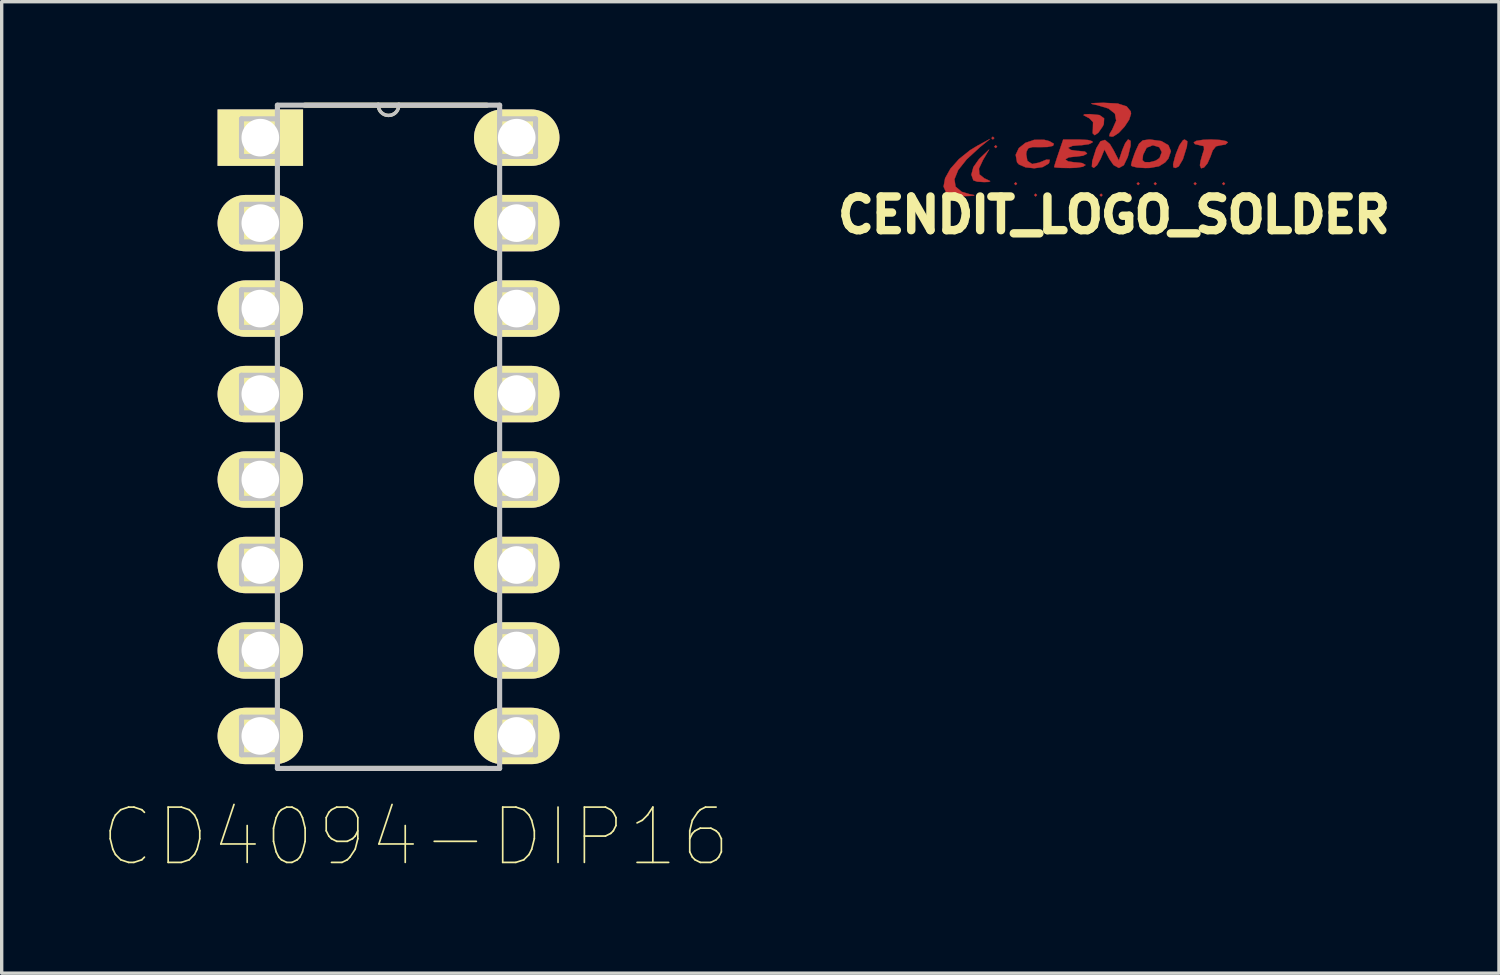
<source format=kicad_pcb>
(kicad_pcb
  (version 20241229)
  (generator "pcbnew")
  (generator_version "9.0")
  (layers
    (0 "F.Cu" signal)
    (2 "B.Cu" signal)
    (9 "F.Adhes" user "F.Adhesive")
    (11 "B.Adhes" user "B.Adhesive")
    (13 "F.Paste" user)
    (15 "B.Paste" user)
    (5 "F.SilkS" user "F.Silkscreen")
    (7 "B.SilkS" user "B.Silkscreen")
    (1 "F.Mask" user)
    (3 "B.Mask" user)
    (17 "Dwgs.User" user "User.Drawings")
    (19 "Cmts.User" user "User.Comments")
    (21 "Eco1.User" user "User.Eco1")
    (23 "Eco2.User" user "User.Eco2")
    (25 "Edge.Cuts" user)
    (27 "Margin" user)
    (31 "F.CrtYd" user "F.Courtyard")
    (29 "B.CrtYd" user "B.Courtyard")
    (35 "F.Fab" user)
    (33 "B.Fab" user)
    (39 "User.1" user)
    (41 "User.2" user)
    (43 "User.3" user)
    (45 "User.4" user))
  (footprint "CD4094-DIP16"
    (layer "F.Cu")
    (at 12.306 18.821)
    (property "Reference" "CD4094-DIP16" (at -3 3 0) (layer "F.SilkS") (effects (font (size 1.644 1.644) (thickness 0.05))))
    (attr through_hole)
    (fp_line (start -6.731 0.965) (end -0.889 0.965) (stroke (width 0.152) (type solid)) (layer "F.SilkS"))
    (fp_line (start -4.115 -18.745) (end -6.299 -18.745) (stroke (width 0.152) (type solid)) (layer "F.SilkS"))
    (fp_line (start -3.505 -18.745) (end -4.115 -18.745) (stroke (width 0.152) (type solid)) (layer "F.SilkS"))
    (fp_line (start -0.889 -18.745) (end -3.505 -18.745) (stroke (width 0.152) (type solid)) (layer "F.SilkS"))
    (fp_arc (start -3.5052 -18.7452) (mid -3.81 -18.4404) (end -4.1148 -18.7452) (stroke (width 0.1) (type solid)) (layer "F.SilkS"))
    (fp_line (start -8.179 -18.339) (end -8.179 -17.221) (stroke (width 0.152) (type solid)) (layer "Dwgs.User"))
    (fp_line (start -8.179 -17.221) (end -7.112 -17.221) (stroke (width 0.152) (type solid)) (layer "Dwgs.User"))
    (fp_line (start -8.179 -15.799) (end -8.179 -14.681) (stroke (width 0.152) (type solid)) (layer "Dwgs.User"))
    (fp_line (start -8.179 -14.681) (end -7.112 -14.681) (stroke (width 0.152) (type solid)) (layer "Dwgs.User"))
    (fp_line (start -8.179 -13.259) (end -8.179 -12.141) (stroke (width 0.152) (type solid)) (layer "Dwgs.User"))
    (fp_line (start -8.179 -12.141) (end -7.112 -12.141) (stroke (width 0.152) (type solid)) (layer "Dwgs.User"))
    (fp_line (start -8.179 -10.719) (end -8.179 -9.601) (stroke (width 0.152) (type solid)) (layer "Dwgs.User"))
    (fp_line (start -8.179 -9.601) (end -7.112 -9.601) (stroke (width 0.152) (type solid)) (layer "Dwgs.User"))
    (fp_line (start -8.179 -8.179) (end -8.179 -7.061) (stroke (width 0.152) (type solid)) (layer "Dwgs.User"))
    (fp_line (start -8.179 -7.061) (end -7.112 -7.061) (stroke (width 0.152) (type solid)) (layer "Dwgs.User"))
    (fp_line (start -8.179 -5.639) (end -8.179 -4.521) (stroke (width 0.152) (type solid)) (layer "Dwgs.User"))
    (fp_line (start -8.179 -4.521) (end -7.112 -4.521) (stroke (width 0.152) (type solid)) (layer "Dwgs.User"))
    (fp_line (start -8.179 -3.099) (end -8.179 -1.981) (stroke (width 0.152) (type solid)) (layer "Dwgs.User"))
    (fp_line (start -8.179 -1.981) (end -7.112 -1.981) (stroke (width 0.152) (type solid)) (layer "Dwgs.User"))
    (fp_line (start -8.179 -0.559) (end -8.179 0.559) (stroke (width 0.152) (type solid)) (layer "Dwgs.User"))
    (fp_line (start -8.179 0.559) (end -7.112 0.559) (stroke (width 0.152) (type solid)) (layer "Dwgs.User"))
    (fp_line (start -7.112 -18.745) (end -7.112 0.965) (stroke (width 0.152) (type solid)) (layer "Dwgs.User"))
    (fp_line (start -7.112 -18.339) (end -8.179 -18.339) (stroke (width 0.152) (type solid)) (layer "Dwgs.User"))
    (fp_line (start -7.112 -17.221) (end -7.112 -18.339) (stroke (width 0.152) (type solid)) (layer "Dwgs.User"))
    (fp_line (start -7.112 -15.799) (end -8.179 -15.799) (stroke (width 0.152) (type solid)) (layer "Dwgs.User"))
    (fp_line (start -7.112 -14.681) (end -7.112 -15.799) (stroke (width 0.152) (type solid)) (layer "Dwgs.User"))
    (fp_line (start -7.112 -13.259) (end -8.179 -13.259) (stroke (width 0.152) (type solid)) (layer "Dwgs.User"))
    (fp_line (start -7.112 -12.141) (end -7.112 -13.259) (stroke (width 0.152) (type solid)) (layer "Dwgs.User"))
    (fp_line (start -7.112 -10.719) (end -8.179 -10.719) (stroke (width 0.152) (type solid)) (layer "Dwgs.User"))
    (fp_line (start -7.112 -9.601) (end -7.112 -10.719) (stroke (width 0.152) (type solid)) (layer "Dwgs.User"))
    (fp_line (start -7.112 -8.179) (end -8.179 -8.179) (stroke (width 0.152) (type solid)) (layer "Dwgs.User"))
    (fp_line (start -7.112 -7.061) (end -7.112 -8.179) (stroke (width 0.152) (type solid)) (layer "Dwgs.User"))
    (fp_line (start -7.112 -5.639) (end -8.179 -5.639) (stroke (width 0.152) (type solid)) (layer "Dwgs.User"))
    (fp_line (start -7.112 -4.521) (end -7.112 -5.639) (stroke (width 0.152) (type solid)) (layer "Dwgs.User"))
    (fp_line (start -7.112 -3.099) (end -8.179 -3.099) (stroke (width 0.152) (type solid)) (layer "Dwgs.User"))
    (fp_line (start -7.112 -1.981) (end -7.112 -3.099) (stroke (width 0.152) (type solid)) (layer "Dwgs.User"))
    (fp_line (start -7.112 -0.559) (end -8.179 -0.559) (stroke (width 0.152) (type solid)) (layer "Dwgs.User"))
    (fp_line (start -7.112 0.559) (end -7.112 -0.559) (stroke (width 0.152) (type solid)) (layer "Dwgs.User"))
    (fp_line (start -7.112 0.965) (end -0.508 0.965) (stroke (width 0.152) (type solid)) (layer "Dwgs.User"))
    (fp_line (start -4.115 -18.745) (end -7.112 -18.745) (stroke (width 0.152) (type solid)) (layer "Dwgs.User"))
    (fp_line (start -3.505 -18.745) (end -4.115 -18.745) (stroke (width 0.152) (type solid)) (layer "Dwgs.User"))
    (fp_line (start -0.508 -18.745) (end -3.505 -18.745) (stroke (width 0.152) (type solid)) (layer "Dwgs.User"))
    (fp_line (start -0.508 -18.339) (end -0.508 -17.221) (stroke (width 0.152) (type solid)) (layer "Dwgs.User"))
    (fp_line (start -0.508 -17.221) (end 0.559 -17.221) (stroke (width 0.152) (type solid)) (layer "Dwgs.User"))
    (fp_line (start -0.508 -15.799) (end -0.508 -14.681) (stroke (width 0.152) (type solid)) (layer "Dwgs.User"))
    (fp_line (start -0.508 -14.681) (end 0.559 -14.681) (stroke (width 0.152) (type solid)) (layer "Dwgs.User"))
    (fp_line (start -0.508 -13.259) (end -0.508 -12.141) (stroke (width 0.152) (type solid)) (layer "Dwgs.User"))
    (fp_line (start -0.508 -12.141) (end 0.559 -12.141) (stroke (width 0.152) (type solid)) (layer "Dwgs.User"))
    (fp_line (start -0.508 -10.719) (end -0.508 -9.601) (stroke (width 0.152) (type solid)) (layer "Dwgs.User"))
    (fp_line (start -0.508 -9.601) (end 0.559 -9.601) (stroke (width 0.152) (type solid)) (layer "Dwgs.User"))
    (fp_line (start -0.508 -8.179) (end -0.508 -7.061) (stroke (width 0.152) (type solid)) (layer "Dwgs.User"))
    (fp_line (start -0.508 -7.061) (end 0.559 -7.061) (stroke (width 0.152) (type solid)) (layer "Dwgs.User"))
    (fp_line (start -0.508 -5.639) (end -0.508 -4.521) (stroke (width 0.152) (type solid)) (layer "Dwgs.User"))
    (fp_line (start -0.508 -4.521) (end 0.559 -4.521) (stroke (width 0.152) (type solid)) (layer "Dwgs.User"))
    (fp_line (start -0.508 -3.099) (end -0.508 -1.981) (stroke (width 0.152) (type solid)) (layer "Dwgs.User"))
    (fp_line (start -0.508 -1.981) (end 0.559 -1.981) (stroke (width 0.152) (type solid)) (layer "Dwgs.User"))
    (fp_line (start -0.508 -0.559) (end -0.508 0.559) (stroke (width 0.152) (type solid)) (layer "Dwgs.User"))
    (fp_line (start -0.508 0.559) (end 0.559 0.559) (stroke (width 0.152) (type solid)) (layer "Dwgs.User"))
    (fp_line (start -0.508 0.965) (end -0.508 -18.745) (stroke (width 0.152) (type solid)) (layer "Dwgs.User"))
    (fp_line (start 0.559 -18.339) (end -0.508 -18.339) (stroke (width 0.152) (type solid)) (layer "Dwgs.User"))
    (fp_line (start 0.559 -17.221) (end 0.559 -18.339) (stroke (width 0.152) (type solid)) (layer "Dwgs.User"))
    (fp_line (start 0.559 -15.799) (end -0.508 -15.799) (stroke (width 0.152) (type solid)) (layer "Dwgs.User"))
    (fp_line (start 0.559 -14.681) (end 0.559 -15.799) (stroke (width 0.152) (type solid)) (layer "Dwgs.User"))
    (fp_line (start 0.559 -13.259) (end -0.508 -13.259) (stroke (width 0.152) (type solid)) (layer "Dwgs.User"))
    (fp_line (start 0.559 -12.141) (end 0.559 -13.259) (stroke (width 0.152) (type solid)) (layer "Dwgs.User"))
    (fp_line (start 0.559 -10.719) (end -0.508 -10.719) (stroke (width 0.152) (type solid)) (layer "Dwgs.User"))
    (fp_line (start 0.559 -9.601) (end 0.559 -10.719) (stroke (width 0.152) (type solid)) (layer "Dwgs.User"))
    (fp_line (start 0.559 -8.179) (end -0.508 -8.179) (stroke (width 0.152) (type solid)) (layer "Dwgs.User"))
    (fp_line (start 0.559 -7.061) (end 0.559 -8.179) (stroke (width 0.152) (type solid)) (layer "Dwgs.User"))
    (fp_line (start 0.559 -5.639) (end -0.508 -5.639) (stroke (width 0.152) (type solid)) (layer "Dwgs.User"))
    (fp_line (start 0.559 -4.521) (end 0.559 -5.639) (stroke (width 0.152) (type solid)) (layer "Dwgs.User"))
    (fp_line (start 0.559 -3.099) (end -0.508 -3.099) (stroke (width 0.152) (type solid)) (layer "Dwgs.User"))
    (fp_line (start 0.559 -1.981) (end 0.559 -3.099) (stroke (width 0.152) (type solid)) (layer "Dwgs.User"))
    (fp_line (start 0.559 -0.559) (end -0.508 -0.559) (stroke (width 0.152) (type solid)) (layer "Dwgs.User"))
    (fp_line (start 0.559 0.559) (end 0.559 -0.559) (stroke (width 0.152) (type solid)) (layer "Dwgs.User"))
    (fp_arc (start -3.5052 -18.7452) (mid -3.81 -18.4404) (end -4.1148 -18.7452) (stroke (width 0.1) (type solid)) (layer "Dwgs.User"))
    (pad "1" thru_hole rect (at -7.62 -17.78) (size 2.54 1.676) (drill 1.118) (layers "*.Cu" "*.Mask" "F.SilkS"))
    (pad "2" thru_hole oval (at -7.62 -15.24) (size 2.54 1.676) (drill 1.118) (layers "*.Cu" "*.Mask" "F.SilkS"))
    (pad "3" thru_hole oval (at -7.62 -12.7) (size 2.54 1.676) (drill 1.118) (layers "*.Cu" "*.Mask" "F.SilkS"))
    (pad "4" thru_hole oval (at -7.62 -10.16) (size 2.54 1.676) (drill 1.118) (layers "*.Cu" "*.Mask" "F.SilkS"))
    (pad "5" thru_hole oval (at -7.62 -7.62) (size 2.54 1.676) (drill 1.118) (layers "*.Cu" "*.Mask" "F.SilkS"))
    (pad "6" thru_hole oval (at -7.62 -5.08) (size 2.54 1.676) (drill 1.118) (layers "*.Cu" "*.Mask" "F.SilkS"))
    (pad "7" thru_hole oval (at -7.62 -2.54) (size 2.54 1.676) (drill 1.118) (layers "*.Cu" "*.Mask" "F.SilkS"))
    (pad "8" thru_hole oval (at -7.62 0) (size 2.54 1.676) (drill 1.118) (layers "*.Cu" "*.Mask" "F.SilkS"))
    (pad "9" thru_hole oval (at 0 0) (size 2.54 1.676) (drill 1.118) (layers "*.Cu" "*.Mask" "F.SilkS"))
    (pad "10" thru_hole oval (at 0 -2.54) (size 2.54 1.676) (drill 1.118) (layers "*.Cu" "*.Mask" "F.SilkS"))
    (pad "11" thru_hole oval (at 0 -5.08) (size 2.54 1.676) (drill 1.118) (layers "*.Cu" "*.Mask" "F.SilkS"))
    (pad "12" thru_hole oval (at 0 -7.62) (size 2.54 1.676) (drill 1.118) (layers "*.Cu" "*.Mask" "F.SilkS"))
    (pad "13" thru_hole oval (at 0 -10.16) (size 2.54 1.676) (drill 1.118) (layers "*.Cu" "*.Mask" "F.SilkS"))
    (pad "14" thru_hole oval (at 0 -12.7) (size 2.54 1.676) (drill 1.118) (layers "*.Cu" "*.Mask" "F.SilkS"))
    (pad "15" thru_hole oval (at 0 -15.24) (size 2.54 1.676) (drill 1.118) (layers "*.Cu" "*.Mask" "F.SilkS"))
    (pad "16" thru_hole oval (at 0 -17.78) (size 2.54 1.676) (drill 1.118) (layers "*.Cu" "*.Mask" "F.SilkS")))
  (footprint "CENDIT_LOGO_SOLDER"
    (layer "F.Cu")
    (at 30.054 1.435)
    (property "Reference" "CENDIT_LOGO_SOLDER" (at 0 1.905 0) (layer "F.SilkS") (effects (font (size 1 1) (thickness 0.25))))
    (attr through_hole)
    (fp_poly (pts (xy -3.556 -0.381) (xy -3.598 -0.339) (xy -3.641 -0.381) (xy -3.598 -0.423) (xy -3.556 -0.381)) (stroke (width 0.01) (type solid)) (fill yes) (layer "F.Cu"))
    (fp_poly (pts (xy -3.471 -0.127) (xy -3.514 -0.085) (xy -3.556 -0.127) (xy -3.514 -0.169) (xy -3.471 -0.127)) (stroke (width 0.01) (type solid)) (fill yes) (layer "F.Cu"))
    (fp_poly (pts (xy -2.879 0.974) (xy -2.921 1.016) (xy -2.963 0.974) (xy -2.921 0.931) (xy -2.879 0.974)) (stroke (width 0.01) (type solid)) (fill yes) (layer "F.Cu"))
    (fp_poly (pts (xy -2.286 1.312) (xy -2.328 1.355) (xy -2.371 1.312) (xy -2.328 1.27) (xy -2.286 1.312)) (stroke (width 0.01) (type solid)) (fill yes) (layer "F.Cu"))
    (fp_poly (pts (xy -0.339 1.312) (xy -0.381 1.355) (xy -0.423 1.312) (xy -0.381 1.27) (xy -0.339 1.312)) (stroke (width 0.01) (type solid)) (fill yes) (layer "F.Cu"))
    (fp_poly (pts (xy 0.508 1.312) (xy 0.466 1.355) (xy 0.423 1.312) (xy 0.466 1.27) (xy 0.508 1.312)) (stroke (width 0.01) (type solid)) (fill yes) (layer "F.Cu"))
    (fp_poly (pts (xy 0.762 0.974) (xy 0.72 1.016) (xy 0.677 0.974) (xy 0.72 0.931) (xy 0.762 0.974)) (stroke (width 0.01) (type solid)) (fill yes) (layer "F.Cu"))
    (fp_poly (pts (xy 1.27 0.974) (xy 1.228 1.016) (xy 1.185 0.974) (xy 1.228 0.931) (xy 1.27 0.974)) (stroke (width 0.01) (type solid)) (fill yes) (layer "F.Cu"))
    (fp_poly (pts (xy 2.455 0.974) (xy 2.413 1.016) (xy 2.371 0.974) (xy 2.413 0.931) (xy 2.455 0.974)) (stroke (width 0.01) (type solid)) (fill yes) (layer "F.Cu"))
    (fp_poly (pts (xy 3.302 0.974) (xy 3.26 1.016) (xy 3.217 0.974) (xy 3.26 0.931) (xy 3.302 0.974)) (stroke (width 0.01) (type solid)) (fill yes) (layer "F.Cu"))
    (fp_poly (pts (xy 2.181 -0.286) (xy 2.168 -0.131) (xy 2.049 0.249) (xy 1.925 0.46) (xy 1.83 0.508) (xy 1.766 0.485) (xy 1.759 0.392) (xy 1.811 0.192) (xy 1.844 0.085) (xy 1.946 -0.167) (xy 2.051 -0.316) (xy 2.1 -0.339) (xy 2.181 -0.286)) (stroke (width 0.01) (type solid)) (fill yes) (layer "F.Cu"))
    (fp_poly (pts (xy -0.43 -1.066) (xy -0.292 -0.968) (xy -0.302 -0.796) (xy -0.333 -0.73) (xy -0.465 -0.539) (xy -0.573 -0.468) (xy -0.632 -0.524) (xy -0.625 -0.665) (xy -0.621 -0.856) (xy -0.733 -0.972) (xy -0.776 -0.994) (xy -0.904 -1.061) (xy -0.886 -1.087) (xy -0.72 -1.094) (xy -0.43 -1.066)) (stroke (width 0.01) (type solid)) (fill yes) (layer "F.Cu"))
    (fp_poly (pts (xy -3.893 0.272) (xy -4.011 0.525) (xy -4 0.694) (xy -3.854 0.814) (xy -3.78 0.847) (xy -3.675 0.898) (xy -3.712 0.92) (xy -3.859 0.926) (xy -4.061 0.913) (xy -4.177 0.875) (xy -4.237 0.706) (xy -4.177 0.481) (xy -4.01 0.245) (xy -3.971 0.206) (xy -3.709 -0.042) (xy -3.893 0.272)) (stroke (width 0.01) (type solid)) (fill yes) (layer "F.Cu"))
    (fp_poly (pts (xy 0.109 -1.409) (xy 0.377 -1.324) (xy 0.499 -1.175) (xy 0.508 -1.104) (xy 0.452 -0.928) (xy 0.315 -0.721) (xy 0.143 -0.536) (xy -0.017 -0.431) (xy -0.06 -0.423) (xy -0.139 -0.441) (xy -0.119 -0.523) (xy -0.052 -0.632) (xy 0.067 -0.899) (xy 0.03 -1.107) (xy -0.163 -1.261) (xy -0.491 -1.359) (xy -0.648 -1.393) (xy -0.673 -1.412) (xy -0.554 -1.423) (xy -0.312 -1.43) (xy 0.109 -1.409)) (stroke (width 0.01) (type solid)) (fill yes) (layer "F.Cu"))
    (fp_poly (pts (xy -3.979 -0.115) (xy -4.374 0.247) (xy -4.629 0.568) (xy -4.74 0.842) (xy -4.707 1.061) (xy -4.527 1.214) (xy -4.309 1.28) (xy -4.161 1.311) (xy -4.152 1.328) (xy -4.293 1.339) (xy -4.449 1.344) (xy -4.717 1.331) (xy -4.919 1.287) (xy -4.978 1.253) (xy -5.063 1.061) (xy -5.017 0.811) (xy -4.859 0.529) (xy -4.605 0.243) (xy -4.274 -0.023) (xy -4.05 -0.158) (xy -3.683 -0.356) (xy -3.979 -0.115)) (stroke (width 0.01) (type solid)) (fill yes) (layer "F.Cu"))
    (fp_poly (pts (xy 3.149 -0.326) (xy 3.333 -0.292) (xy 3.387 -0.254) (xy 3.314 -0.19) (xy 3.178 -0.169) (xy 3.032 -0.137) (xy 2.934 -0.013) (xy 2.869 0.169) (xy 2.779 0.372) (xy 2.676 0.493) (xy 2.591 0.516) (xy 2.555 0.428) (xy 2.573 0.304) (xy 2.635 0.087) (xy 2.676 -0.034) (xy 2.671 -0.142) (xy 2.549 -0.169) (xy 2.407 -0.203) (xy 2.371 -0.254) (xy 2.448 -0.299) (xy 2.649 -0.33) (xy 2.879 -0.339) (xy 3.149 -0.326)) (stroke (width 0.01) (type solid)) (fill yes) (layer "F.Cu"))
    (fp_poly (pts (xy 0.495 -0.299) (xy 0.496 -0.161) (xy 0.433 0.1) (xy 0.41 0.181) (xy 0.293 0.426) (xy 0.147 0.506) (xy -0.012 0.419) (xy -0.139 0.233) (xy -0.282 -0.042) (xy -0.395 0.233) (xy -0.501 0.424) (xy -0.599 0.504) (xy -0.656 0.466) (xy -0.644 0.3) (xy -0.525 -0.077) (xy -0.4 -0.285) (xy -0.266 -0.327) (xy -0.12 -0.203) (xy -0.014 -0.027) (xy 0.146 0.284) (xy 0.249 -0.027) (xy 0.333 -0.226) (xy 0.413 -0.333) (xy 0.43 -0.339) (xy 0.495 -0.299)) (stroke (width 0.01) (type solid)) (fill yes) (layer "F.Cu"))
    (fp_poly (pts (xy -1.912 -0.287) (xy -1.784 -0.211) (xy -1.811 -0.151) (xy -1.976 -0.117) (xy -2.18 -0.113) (xy -2.424 -0.114) (xy -2.547 -0.078) (xy -2.596 0.017) (xy -2.608 0.095) (xy -2.572 0.298) (xy -2.429 0.389) (xy -2.216 0.346) (xy -2.201 0.338) (xy -2.007 0.259) (xy -1.907 0.265) (xy -1.926 0.353) (xy -1.947 0.381) (xy -2.119 0.48) (xy -2.367 0.515) (xy -2.625 0.488) (xy -2.823 0.402) (xy -2.879 0.339) (xy -2.92 0.117) (xy -2.827 -0.083) (xy -2.632 -0.239) (xy -2.37 -0.329) (xy -2.075 -0.331) (xy -1.912 -0.287)) (stroke (width 0.01) (type solid)) (fill yes) (layer "F.Cu"))
    (fp_poly (pts (xy 1.407 -0.293) (xy 1.618 -0.171) (xy 1.693 0.008) (xy 1.619 0.225) (xy 1.524 0.339) (xy 1.34 0.456) (xy 1.067 0.505) (xy 0.931 0.508) (xy 0.69 0.493) (xy 0.537 0.455) (xy 0.508 0.425) (xy 0.537 0.3) (xy 0.546 0.275) (xy 0.848 0.275) (xy 0.913 0.333) (xy 1.066 0.335) (xy 1.238 0.29) (xy 1.354 0.213) (xy 1.422 0.035) (xy 1.347 -0.11) (xy 1.157 -0.169) (xy 1.156 -0.169) (xy 0.972 -0.095) (xy 0.866 0.114) (xy 0.848 0.275) (xy 0.546 0.275) (xy 0.611 0.087) (xy 0.644 0.002) (xy 0.746 -0.215) (xy 0.858 -0.313) (xy 1.035 -0.338) (xy 1.073 -0.339) (xy 1.407 -0.293)) (stroke (width 0.01) (type solid)) (fill yes) (layer "F.Cu"))
    (fp_poly (pts (xy -0.775 -0.325) (xy -0.642 -0.287) (xy -0.635 -0.254) (xy -0.746 -0.2) (xy -0.957 -0.171) (xy -1.021 -0.169) (xy -1.231 -0.15) (xy -1.347 -0.103) (xy -1.355 -0.085) (xy -1.28 -0.029) (xy -1.097 -0.001) (xy -1.053 0) (xy -0.861 0.02) (xy -0.799 0.073) (xy -0.804 0.085) (xy -0.917 0.142) (xy -1.122 0.169) (xy -1.148 0.169) (xy -1.342 0.191) (xy -1.437 0.244) (xy -1.439 0.254) (xy -1.365 0.31) (xy -1.182 0.338) (xy -1.143 0.339) (xy -0.947 0.36) (xy -0.849 0.412) (xy -0.847 0.423) (xy -0.923 0.47) (xy -1.121 0.5) (xy -1.312 0.508) (xy -1.567 0.504) (xy -1.737 0.492) (xy -1.778 0.481) (xy -1.753 0.392) (xy -1.69 0.196) (xy -1.643 0.057) (xy -1.508 -0.339) (xy -1.045 -0.339) (xy -0.775 -0.325)) (stroke (width 0.01) (type solid)) (fill yes) (layer "F.Cu")))
  (gr_rect
    (start -3 -3)
    (end 41.496 25.871)
    (stroke (width 0.1) (type default))
    (fill no)
    (layer "Edge.Cuts")))
</source>
